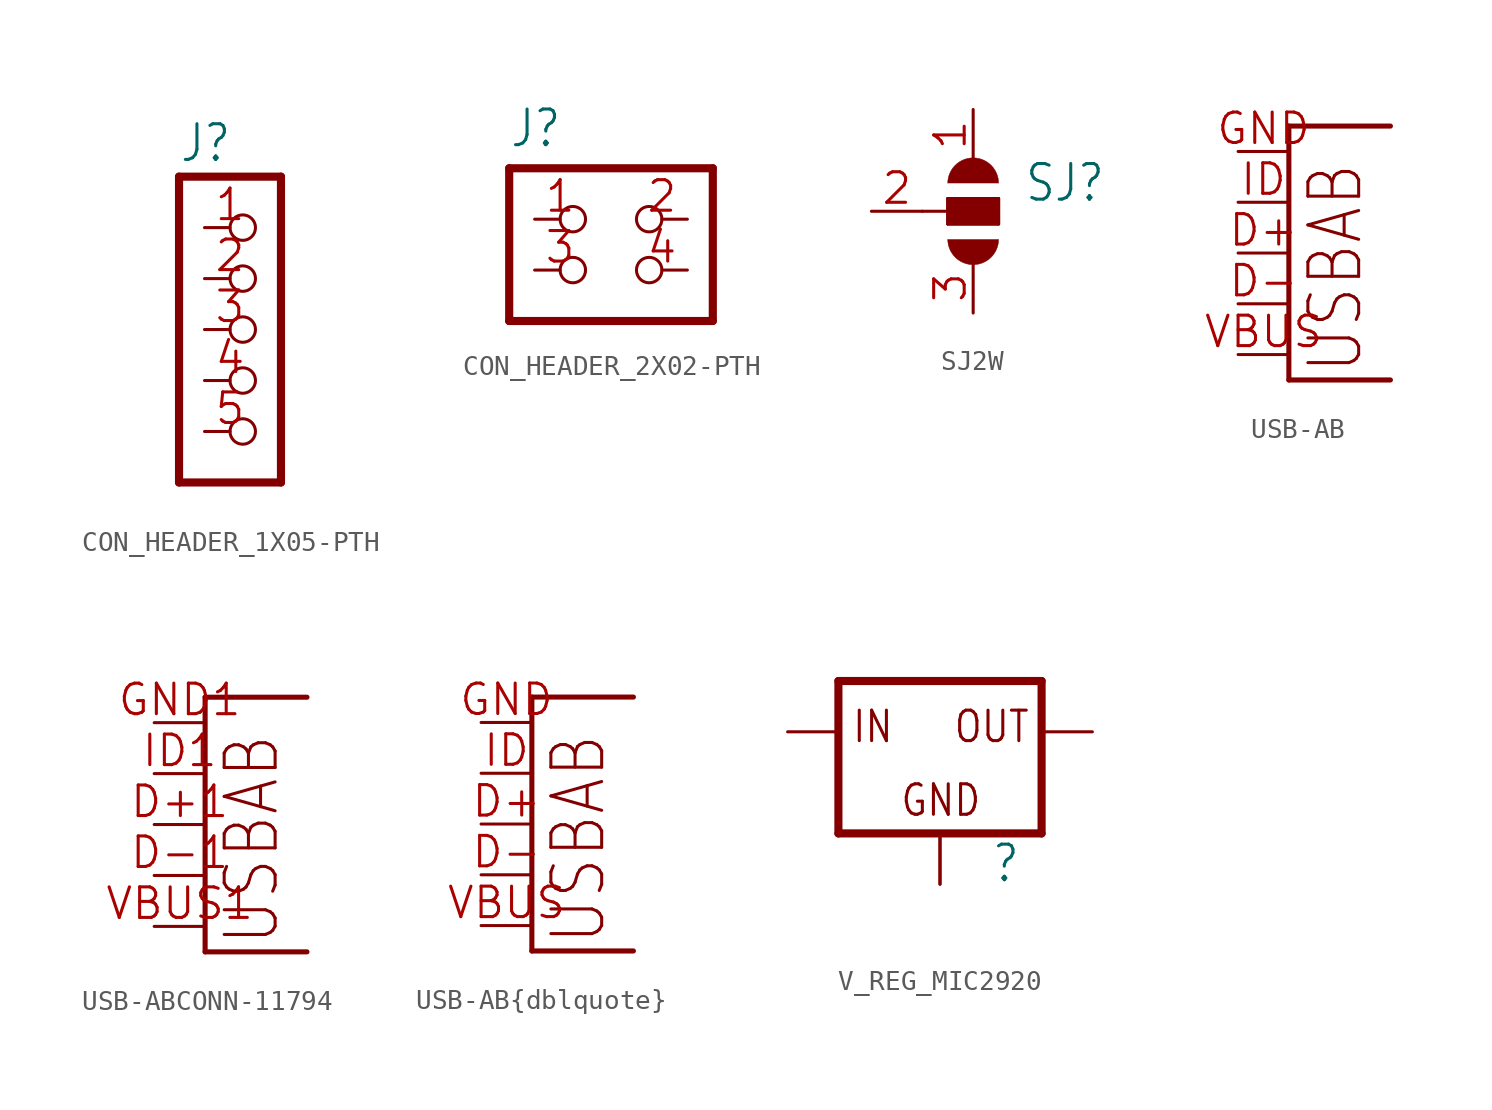
<source format=kicad_sym>
(kicad_symbol_lib
  (version 20241209)
  (generator "kicad_symbol_editor")
  (generator_version "9.0")
  (symbol "CON_HEADER_1X05-PTH"
    (property "Reference" "J"
      (at -1.27 8.255 0)
      (effects (font (size 1.778 1.511)) (justify left bottom)))
    (property "ki_locked" ""
      (at 0 0 0)
      (effects (font (size 1.27 1.27))))
    (symbol "CON_HEADER_1X05-PTH_1_0"
      (polyline (pts (xy -1.27 7.62) (xy 3.81 7.62)) (stroke (width 0.406) (type solid)) (fill (type none)))
      (polyline (pts (xy -1.27 -7.62) (xy -1.27 7.62)) (stroke (width 0.406) (type solid)) (fill (type none)))
      (polyline (pts (xy 3.81 7.62) (xy 3.81 -7.62)) (stroke (width 0.406) (type solid)) (fill (type none)))
      (polyline (pts (xy 3.81 -7.62) (xy -1.27 -7.62)) (stroke (width 0.406) (type solid)) (fill (type none)))
      (pin bidirectional inverted (at 0 5.08 0) (length 2.54) (name "1" (effects (font (size 0 0)))) (number "1" (effects (font (size 1.524 1.524)))))
      (pin bidirectional inverted (at 0 2.54 0) (length 2.54) (name "2" (effects (font (size 0 0)))) (number "2" (effects (font (size 1.524 1.524)))))
      (pin bidirectional inverted (at 0 0 0) (length 2.54) (name "3" (effects (font (size 0 0)))) (number "3" (effects (font (size 1.524 1.524)))))
      (pin bidirectional inverted (at 0 -2.54 0) (length 2.54) (name "4" (effects (font (size 0 0)))) (number "4" (effects (font (size 1.524 1.524)))))
      (pin bidirectional inverted (at 0 -5.08 0) (length 2.54) (name "5" (effects (font (size 0 0)))) (number "5" (effects (font (size 1.524 1.524)))))))
  (symbol "CON_HEADER_2X02-PTH"
    (property "Reference" "J"
      (at -1.27 3.493 0)
      (effects (font (size 1.778 1.511)) (justify left bottom)))
    (property "ki_locked" ""
      (at 0 0 0)
      (effects (font (size 1.27 1.27))))
    (symbol "CON_HEADER_2X02-PTH_1_0"
      (polyline (pts (xy -1.27 2.54) (xy 8.89 2.54)) (stroke (width 0.406) (type solid)) (fill (type none)))
      (polyline (pts (xy -1.27 -5.08) (xy -1.27 2.54)) (stroke (width 0.406) (type solid)) (fill (type none)))
      (polyline (pts (xy 8.89 2.54) (xy 8.89 -5.08)) (stroke (width 0.406) (type solid)) (fill (type none)))
      (polyline (pts (xy 8.89 -5.08) (xy -1.27 -5.08)) (stroke (width 0.406) (type solid)) (fill (type none)))
      (pin passive inverted (at 0 0 0) (length 2.54) (name "1" (effects (font (size 0 0)))) (number "1" (effects (font (size 1.524 1.524)))))
      (pin passive inverted (at 0 -2.54 0) (length 2.54) (name "3" (effects (font (size 0 0)))) (number "3" (effects (font (size 1.524 1.524)))))
      (pin passive inverted (at 7.62 0 180) (length 2.54) (name "2" (effects (font (size 0 0)))) (number "2" (effects (font (size 1.524 1.524)))))
      (pin passive inverted (at 7.62 -2.54 180) (length 2.54) (name "4" (effects (font (size 0 0)))) (number "4" (effects (font (size 1.524 1.524)))))))
  (symbol "SJ2W"
    (property "Reference" "SJ"
      (at 2.54 0.381 0)
      (effects (font (size 1.778 1.511)) (justify left bottom)))
    (property "Value" ""
      (at 2.54 -1.905 0)
      (effects (font (size 1.778 1.511)) (justify left bottom)))
    (property "ki_locked" ""
      (at 0 0 0)
      (effects (font (size 1.27 1.27))))
    (symbol "SJ2W_1_0"
      (polyline (pts (xy -2.54 0) (xy -1.27 0)) (stroke (width 0.152) (type solid)) (fill (type none)))
      (polyline (pts (xy -1.27 0.635) (xy 1.27 0.635)) (stroke (width 0.152) (type solid)) (fill (type none)))
      (polyline (pts (xy -1.27 0) (xy -1.27 0.635)) (stroke (width 0.152) (type solid)) (fill (type none)))
      (rectangle (start -1.27 -0.635) (end 1.27 0.635) (stroke (width 0) (type default)) (fill (type outline)))
      (polyline (pts (xy -1.27 -0.635) (xy -1.27 0)) (stroke (width 0.152) (type solid)) (fill (type none)))
      (arc (start -1.27 1.397) (mid 0 2.667) (end 1.27 1.397) (stroke (width 0.0001) (type solid)) (fill (type outline)))
      (arc (start 1.27 -1.397) (mid 0 -2.667) (end -1.27 -1.397) (stroke (width 0.0001) (type solid)) (fill (type outline)))
      (polyline (pts (xy 1.27 0.635) (xy 1.27 -0.635)) (stroke (width 0.152) (type solid)) (fill (type none)))
      (polyline (pts (xy 1.27 -0.635) (xy -1.27 -0.635)) (stroke (width 0.152) (type solid)) (fill (type none)))
      (pin passive line (at -5.08 0 0) (length 2.54) (name "2" (effects (font (size 0 0)))) (number "2" (effects (font (size 1.524 1.524)))))
      (pin passive line (at 0 5.08 270) (length 2.54) (name "1" (effects (font (size 0 0)))) (number "1" (effects (font (size 1.524 1.524)))))
      (pin passive line (at 0 -5.08 90) (length 2.54) (name "3" (effects (font (size 0 0)))) (number "3" (effects (font (size 1.524 1.524)))))))
  (symbol "USB-AB"
    (property "Reference" "U"
      (at 0 0 0)
      (effects (font (size 1.27 1.27)) (hide yes)))
    (property "ki_locked" ""
      (at 0 0 0)
      (effects (font (size 1.27 1.27))))
    (symbol "USB-AB_1_0"
      (polyline (pts (xy -2.54 6.35) (xy -2.54 -6.35)) (stroke (width 0.254) (type solid)) (fill (type none)))
      (polyline (pts (xy -2.54 -6.35) (xy 2.54 -6.35)) (stroke (width 0.254) (type solid)) (fill (type none)))
      (polyline (pts (xy 2.54 6.35) (xy -2.54 6.35)) (stroke (width 0.254) (type solid)) (fill (type none)))
      (text "USBAB" (at 1.27 -6.096 900) (effects (font (size 2.54 2.159)) (justify left bottom)))
      (pin bidirectional line (at -5.08 5.08 0) (length 2.54) (name "GND" (effects (font (size 0 0)))) (number "GND" (effects (font (size 1.524 1.524)))))
      (pin bidirectional line (at -5.08 2.54 0) (length 2.54) (name "USBID" (effects (font (size 0 0)))) (number "ID" (effects (font (size 1.524 1.524)))))
      (pin bidirectional line (at -5.08 0 0) (length 2.54) (name "D+" (effects (font (size 0 0)))) (number "D+" (effects (font (size 1.524 1.524)))))
      (pin bidirectional line (at -5.08 -2.54 0) (length 2.54) (name "D-" (effects (font (size 0 0)))) (number "D-" (effects (font (size 1.524 1.524)))))
      (pin bidirectional line (at -5.08 -5.08 0) (length 2.54) (name "VBUS" (effects (font (size 0 0)))) (number "VBUS" (effects (font (size 1.524 1.524)))))))
  (symbol "USB-ABCONN-11794"
    (property "Reference" "U"
      (at 0 0 0)
      (effects (font (size 1.27 1.27)) (hide yes)))
    (property "ki_locked" ""
      (at 0 0 0)
      (effects (font (size 1.27 1.27))))
    (symbol "USB-ABCONN-11794_1_0"
      (polyline (pts (xy -2.54 6.35) (xy -2.54 -6.35)) (stroke (width 0.254) (type solid)) (fill (type none)))
      (polyline (pts (xy -2.54 -6.35) (xy 2.54 -6.35)) (stroke (width 0.254) (type solid)) (fill (type none)))
      (polyline (pts (xy 2.54 6.35) (xy -2.54 6.35)) (stroke (width 0.254) (type solid)) (fill (type none)))
      (text "USBAB" (at 1.27 -6.096 900) (effects (font (size 2.54 2.159)) (justify left bottom)))
      (pin bidirectional line (at -5.08 5.08 0) (length 2.54) (name "GND" (effects (font (size 0 0)))) (number "GND1" (effects (font (size 1.524 1.524)))))
      (pin bidirectional line (at -5.08 2.54 0) (length 2.54) (name "USBID" (effects (font (size 0 0)))) (number "ID1" (effects (font (size 1.524 1.524)))))
      (pin bidirectional line (at -5.08 0 0) (length 2.54) (name "D+" (effects (font (size 0 0)))) (number "D+1" (effects (font (size 1.524 1.524)))))
      (pin bidirectional line (at -5.08 -2.54 0) (length 2.54) (name "D-" (effects (font (size 0 0)))) (number "D-1" (effects (font (size 1.524 1.524)))))
      (pin bidirectional line (at -5.08 -5.08 0) (length 2.54) (name "VBUS" (effects (font (size 0 0)))) (number "VBUS1" (effects (font (size 1.524 1.524)))))))
  (symbol "USB-AB{dblquote}"
    (property "Reference" "U"
      (at 0 0 0)
      (effects (font (size 1.27 1.27)) (hide yes)))
    (property "ki_locked" ""
      (at 0 0 0)
      (effects (font (size 1.27 1.27))))
    (symbol "USB-AB{dblquote}_1_0"
      (polyline (pts (xy -2.54 6.35) (xy -2.54 -6.35)) (stroke (width 0.254) (type solid)) (fill (type none)))
      (polyline (pts (xy -2.54 -6.35) (xy 2.54 -6.35)) (stroke (width 0.254) (type solid)) (fill (type none)))
      (polyline (pts (xy 2.54 6.35) (xy -2.54 6.35)) (stroke (width 0.254) (type solid)) (fill (type none)))
      (text "USBAB" (at 1.27 -6.096 900) (effects (font (size 2.54 2.159)) (justify left bottom)))
      (pin bidirectional line (at -5.08 5.08 0) (length 2.54) (name "GND" (effects (font (size 0 0)))) (number "GND" (effects (font (size 1.524 1.524)))))
      (pin bidirectional line (at -5.08 2.54 0) (length 2.54) (name "USBID" (effects (font (size 0 0)))) (number "ID" (effects (font (size 1.524 1.524)))))
      (pin bidirectional line (at -5.08 0 0) (length 2.54) (name "D+" (effects (font (size 0 0)))) (number "D+" (effects (font (size 1.524 1.524)))))
      (pin bidirectional line (at -5.08 -2.54 0) (length 2.54) (name "D-" (effects (font (size 0 0)))) (number "D-" (effects (font (size 1.524 1.524)))))
      (pin bidirectional line (at -5.08 -5.08 0) (length 2.54) (name "VBUS" (effects (font (size 0 0)))) (number "VBUS" (effects (font (size 1.524 1.524)))))))
  (symbol "V_REG_MIC2920"
    (property "Reference" ""
      (at 2.54 -7.62 0)
      (effects (font (size 1.778 1.511)) (justify left bottom)))
    (property "Value" ""
      (at 2.54 -10.16 0)
      (effects (font (size 1.778 1.511)) (justify left bottom)))
    (property "ki_locked" ""
      (at 0 0 0)
      (effects (font (size 1.27 1.27))))
    (symbol "V_REG_MIC2920_1_0"
      (polyline (pts (xy -5.08 2.54) (xy -5.08 -5.08)) (stroke (width 0.406) (type solid)) (fill (type none)))
      (polyline (pts (xy -5.08 -5.08) (xy 5.08 -5.08)) (stroke (width 0.406) (type solid)) (fill (type none)))
      (polyline (pts (xy 5.08 2.54) (xy -5.08 2.54)) (stroke (width 0.406) (type solid)) (fill (type none)))
      (polyline (pts (xy 5.08 -5.08) (xy 5.08 2.54)) (stroke (width 0.406) (type solid)) (fill (type none)))
      (text "IN" (at -4.445 -0.635 0) (effects (font (size 1.524 1.295)) (justify left bottom)))
      (text "GND" (at -2.032 -4.318 0) (effects (font (size 1.524 1.295)) (justify left bottom)))
      (text "OUT" (at 0.635 -0.635 0) (effects (font (size 1.524 1.295)) (justify left bottom)))
      (pin input line (at -7.62 0 0) (length 2.54) (name "IN" (effects (font (size 0 0)))) (number "1" (effects (font (size 0 0)))))
      (pin input line (at 0 -7.62 90) (length 2.54) (name "GND" (effects (font (size 0 0)))) (number "2" (effects (font (size 0 0)))))
      (pin input line (at 0 -7.62 90) (length 2.54) (name "GND" (effects (font (size 0 0)))) (number "4" (effects (font (size 0 0)))))
      (pin output line (at 7.62 0 180) (length 2.54) (name "OUT" (effects (font (size 0 0)))) (number "3" (effects (font (size 0 0))))))))
</source>
